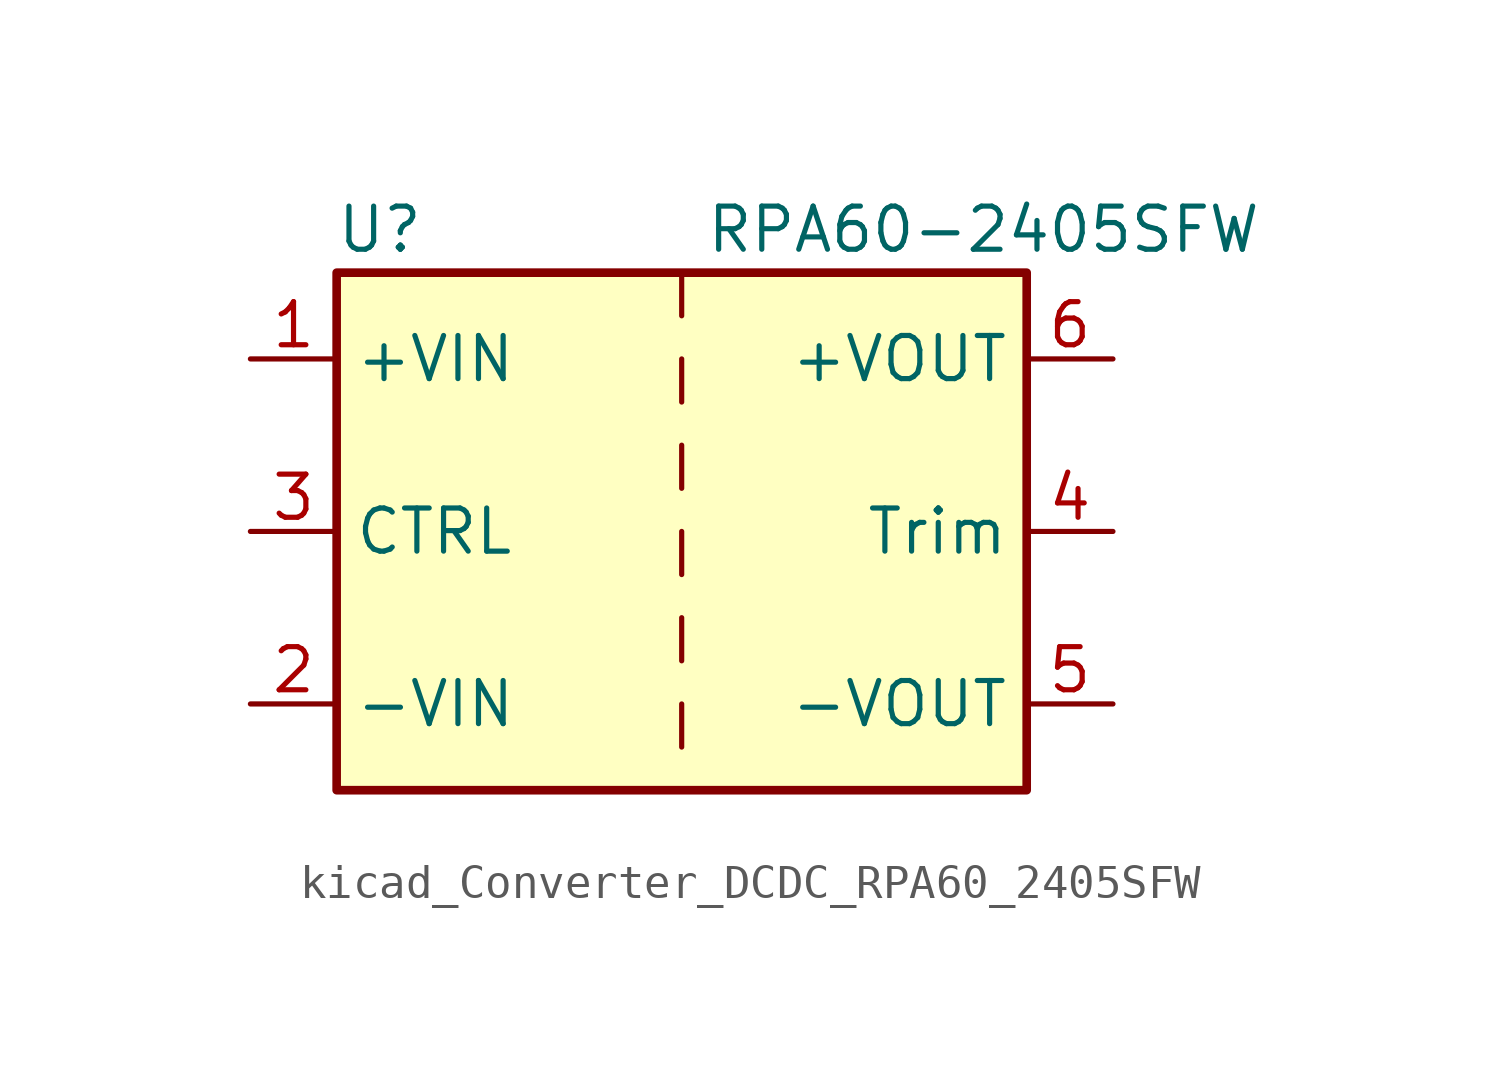
<source format=kicad_sym>
(kicad_symbol_lib
  (version 20220914)
  (generator kicad_symbol_editor)
  (symbol "kicad_Converter_DCDC_RPA60_2405SFW"
    (property "Reference" "U"
      (at -8.89 8.89 0)
      (effects (font (size 1.27 1.27))))
    (property "Value" "RPA60-2405SFW"
      (at 8.89 8.89 0)
      (effects (font (size 1.27 1.27))))
    (symbol "kicad_Converter_DCDC_RPA60_2405SFW_0_1"
      (rectangle (start -10.16 7.62) (end 10.16 -7.62) (stroke (width 0.254) (type default)) (fill (type background)))
      (polyline (pts (xy 0 -5.08) (xy 0 -6.35)) (stroke (width 0) (type default)) (fill (type none)))
      (polyline (pts (xy 0 -2.54) (xy 0 -3.81)) (stroke (width 0) (type default)) (fill (type none)))
      (polyline (pts (xy 0 0) (xy 0 -1.27)) (stroke (width 0) (type default)) (fill (type none)))
      (polyline (pts (xy 0 2.54) (xy 0 1.27)) (stroke (width 0) (type default)) (fill (type none)))
      (polyline (pts (xy 0 5.08) (xy 0 3.81)) (stroke (width 0) (type default)) (fill (type none)))
      (polyline (pts (xy 0 7.62) (xy 0 6.35)) (stroke (width 0) (type default)) (fill (type none))))
    (symbol "kicad_Converter_DCDC_RPA60_2405SFW_1_1"
      (pin power_in line (at -12.7 5.08 0) (length 2.54) (name "+VIN" (effects (font (size 1.27 1.27)))) (number "1" (effects (font (size 1.27 1.27)))))
      (pin power_in line (at -12.7 -5.08 0) (length 2.54) (name "-VIN" (effects (font (size 1.27 1.27)))) (number "2" (effects (font (size 1.27 1.27)))))
      (pin input line (at -12.7 0 0) (length 2.54) (name "CTRL" (effects (font (size 1.27 1.27)))) (number "3" (effects (font (size 1.27 1.27)))))
      (pin input line (at 12.7 0 180) (length 2.54) (name "Trim" (effects (font (size 1.27 1.27)))) (number "4" (effects (font (size 1.27 1.27)))))
      (pin power_out line (at 12.7 -5.08 180) (length 2.54) (name "-VOUT" (effects (font (size 1.27 1.27)))) (number "5" (effects (font (size 1.27 1.27)))))
      (pin power_out line (at 12.7 5.08 180) (length 2.54) (name "+VOUT" (effects (font (size 1.27 1.27)))) (number "6" (effects (font (size 1.27 1.27))))))))
</source>
